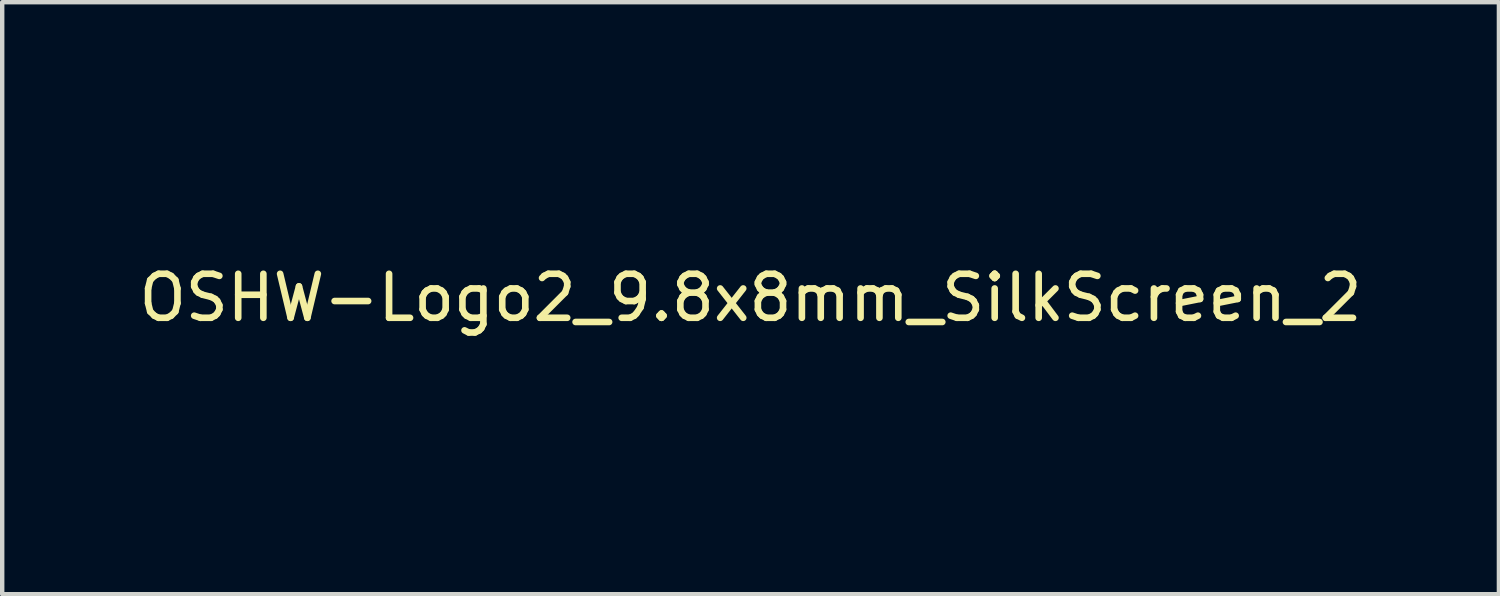
<source format=kicad_pcb>
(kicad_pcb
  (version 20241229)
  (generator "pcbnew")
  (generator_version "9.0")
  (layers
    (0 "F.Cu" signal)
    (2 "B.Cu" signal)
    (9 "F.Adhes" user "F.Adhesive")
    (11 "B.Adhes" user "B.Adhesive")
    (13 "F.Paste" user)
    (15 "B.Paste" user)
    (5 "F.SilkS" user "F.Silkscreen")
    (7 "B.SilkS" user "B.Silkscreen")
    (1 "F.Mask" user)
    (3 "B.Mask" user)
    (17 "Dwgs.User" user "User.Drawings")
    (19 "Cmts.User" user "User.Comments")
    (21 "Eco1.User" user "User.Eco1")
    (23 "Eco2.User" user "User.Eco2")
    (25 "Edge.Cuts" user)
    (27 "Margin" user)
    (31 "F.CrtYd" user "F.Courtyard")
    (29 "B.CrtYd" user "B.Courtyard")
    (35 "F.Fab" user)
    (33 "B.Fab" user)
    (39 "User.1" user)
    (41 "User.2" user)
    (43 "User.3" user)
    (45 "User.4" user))
  (footprint "OSHW-Logo2_9.8x8mm_SilkScreen_2"
    (layer "F.Cu")
    (at 14.006 3.717)
    (property "Reference" "OSHW-Logo2_9.8x8mm_SilkScreen_2" (at 0 0 0) (layer "F.SilkS") (effects (font (size 1 1) (thickness 0.15))))
    (attr exclude_from_pos_files exclude_from_bom)
    (fp_poly (pts (xy 3.571 2.637) (xy 3.594 2.647) (xy 3.65 2.691) (xy 3.698 2.755) (xy 3.727 2.823) (xy 3.732 2.857) (xy 3.716 2.904) (xy 3.68 2.928) (xy 3.643 2.943) (xy 3.625 2.946) (xy 3.617 2.926) (xy 3.6 2.882) (xy 3.593 2.863) (xy 3.552 2.794) (xy 3.493 2.76) (xy 3.417 2.761) (xy 3.411 2.763) (xy 3.37 2.782) (xy 3.34 2.819) (xy 3.32 2.88) (xy 3.308 2.968) (xy 3.303 3.088) (xy 3.302 3.152) (xy 3.302 3.252) (xy 3.3 3.321) (xy 3.296 3.365) (xy 3.287 3.39) (xy 3.274 3.405) (xy 3.253 3.416) (xy 3.252 3.416) (xy 3.213 3.433) (xy 3.194 3.439) (xy 3.191 3.42) (xy 3.188 3.369) (xy 3.186 3.292) (xy 3.185 3.196) (xy 3.185 3.125) (xy 3.186 2.989) (xy 3.19 2.885) (xy 3.2 2.808) (xy 3.216 2.752) (xy 3.24 2.711) (xy 3.274 2.679) (xy 3.308 2.656) (xy 3.388 2.626) (xy 3.482 2.62) (xy 3.571 2.637)) (stroke (width 0.01) (type solid)) (fill yes) (layer "F.Mask"))
    (fp_poly (pts (xy -1.728 2.595) (xy -1.666 2.631) (xy -1.622 2.667) (xy -1.59 2.705) (xy -1.568 2.751) (xy -1.554 2.812) (xy -1.547 2.895) (xy -1.544 3.007) (xy -1.544 3.087) (xy -1.544 3.382) (xy -1.71 3.457) (xy -1.719 3.133) (xy -1.723 3.013) (xy -1.728 2.925) (xy -1.733 2.865) (xy -1.74 2.825) (xy -1.75 2.801) (xy -1.763 2.786) (xy -1.767 2.783) (xy -1.831 2.757) (xy -1.896 2.767) (xy -1.934 2.794) (xy -1.95 2.813) (xy -1.961 2.838) (xy -1.968 2.876) (xy -1.972 2.934) (xy -1.973 3.018) (xy -1.973 3.106) (xy -1.973 3.216) (xy -1.975 3.294) (xy -1.982 3.347) (xy -1.995 3.381) (xy -2.018 3.404) (xy -2.053 3.421) (xy -2.1 3.439) (xy -2.152 3.458) (xy -2.146 3.111) (xy -2.143 2.986) (xy -2.14 2.894) (xy -2.136 2.828) (xy -2.13 2.781) (xy -2.121 2.748) (xy -2.108 2.722) (xy -2.092 2.699) (xy -2.018 2.625) (xy -1.926 2.582) (xy -1.827 2.571) (xy -1.728 2.595)) (stroke (width 0.01) (type solid)) (fill yes) (layer "F.Mask"))
    (fp_poly (pts (xy 0.713 2.625) (xy 0.802 2.657) (xy 0.874 2.715) (xy 0.902 2.756) (xy 0.933 2.831) (xy 0.932 2.885) (xy 0.9 2.921) (xy 0.888 2.928) (xy 0.837 2.947) (xy 0.81 2.942) (xy 0.802 2.91) (xy 0.801 2.892) (xy 0.785 2.826) (xy 0.742 2.78) (xy 0.683 2.758) (xy 0.617 2.763) (xy 0.564 2.792) (xy 0.546 2.809) (xy 0.533 2.829) (xy 0.524 2.859) (xy 0.519 2.907) (xy 0.515 2.978) (xy 0.512 3.08) (xy 0.511 3.112) (xy 0.509 3.222) (xy 0.506 3.3) (xy 0.501 3.351) (xy 0.494 3.383) (xy 0.483 3.401) (xy 0.467 3.412) (xy 0.457 3.417) (xy 0.413 3.433) (xy 0.388 3.439) (xy 0.379 3.421) (xy 0.374 3.365) (xy 0.372 3.272) (xy 0.374 3.141) (xy 0.374 3.121) (xy 0.377 3.002) (xy 0.381 2.914) (xy 0.386 2.853) (xy 0.393 2.809) (xy 0.404 2.778) (xy 0.419 2.751) (xy 0.427 2.74) (xy 0.472 2.69) (xy 0.522 2.651) (xy 0.528 2.647) (xy 0.618 2.62) (xy 0.713 2.625)) (stroke (width 0.01) (type solid)) (fill yes) (layer "F.Mask"))
    (fp_poly (pts (xy -0.84 2.492) (xy -0.834 2.572) (xy -0.828 2.619) (xy -0.819 2.64) (xy -0.805 2.64) (xy -0.801 2.637) (xy -0.744 2.62) (xy -0.669 2.621) (xy -0.593 2.639) (xy -0.545 2.663) (xy -0.496 2.7) (xy -0.461 2.743) (xy -0.436 2.797) (xy -0.421 2.869) (xy -0.413 2.966) (xy -0.41 3.095) (xy -0.41 3.119) (xy -0.41 3.396) (xy -0.472 3.417) (xy -0.516 3.432) (xy -0.54 3.439) (xy -0.54 3.439) (xy -0.543 3.42) (xy -0.545 3.37) (xy -0.546 3.293) (xy -0.547 3.197) (xy -0.547 3.139) (xy -0.547 3.025) (xy -0.549 2.943) (xy -0.552 2.886) (xy -0.558 2.849) (xy -0.568 2.825) (xy -0.583 2.806) (xy -0.592 2.797) (xy -0.655 2.761) (xy -0.724 2.759) (xy -0.786 2.789) (xy -0.798 2.8) (xy -0.815 2.821) (xy -0.826 2.845) (xy -0.834 2.881) (xy -0.838 2.934) (xy -0.84 3.012) (xy -0.84 3.121) (xy -0.84 3.396) (xy -0.902 3.417) (xy -0.945 3.432) (xy -0.969 3.439) (xy -0.97 3.439) (xy -0.972 3.42) (xy -0.974 3.367) (xy -0.975 3.286) (xy -0.976 3.18) (xy -0.977 3.055) (xy -0.977 2.916) (xy -0.977 2.382) (xy -0.85 2.328) (xy -0.84 2.492)) (stroke (width 0.01) (type solid)) (fill yes) (layer "F.Mask"))
    (fp_poly (pts (xy 2.396 2.637) (xy 2.399 2.688) (xy 2.401 2.766) (xy 2.403 2.865) (xy 2.403 2.968) (xy 2.403 3.319) (xy 2.341 3.38) (xy 2.299 3.418) (xy 2.261 3.434) (xy 2.21 3.433) (xy 2.19 3.43) (xy 2.127 3.423) (xy 2.074 3.419) (xy 2.061 3.419) (xy 2.018 3.421) (xy 1.957 3.427) (xy 1.933 3.43) (xy 1.874 3.435) (xy 1.834 3.425) (xy 1.795 3.394) (xy 1.781 3.38) (xy 1.719 3.319) (xy 1.719 2.664) (xy 1.769 2.641) (xy 1.812 2.624) (xy 1.837 2.618) (xy 1.844 2.637) (xy 1.85 2.689) (xy 1.855 2.768) (xy 1.859 2.87) (xy 1.861 2.955) (xy 1.866 3.292) (xy 1.913 3.299) (xy 1.955 3.294) (xy 1.976 3.279) (xy 1.982 3.251) (xy 1.987 3.192) (xy 1.99 3.108) (xy 1.992 3.009) (xy 1.993 2.957) (xy 1.993 2.661) (xy 2.054 2.64) (xy 2.098 2.625) (xy 2.122 2.618) (xy 2.122 2.618) (xy 2.125 2.637) (xy 2.127 2.688) (xy 2.13 2.766) (xy 2.132 2.864) (xy 2.134 2.955) (xy 2.139 3.292) (xy 2.257 3.292) (xy 2.262 2.985) (xy 2.267 2.677) (xy 2.325 2.648) (xy 2.367 2.627) (xy 2.392 2.618) (xy 2.392 2.618) (xy 2.396 2.637)) (stroke (width 0.01) (type solid)) (fill yes) (layer "F.Mask"))
    (fp_poly (pts (xy -3.983 2.587) (xy -3.892 2.635) (xy -3.824 2.713) (xy -3.8 2.763) (xy -3.781 2.838) (xy -3.772 2.932) (xy -3.771 3.035) (xy -3.778 3.136) (xy -3.793 3.223) (xy -3.815 3.286) (xy -3.822 3.297) (xy -3.903 3.377) (xy -4 3.425) (xy -4.104 3.439) (xy -4.21 3.418) (xy -4.239 3.405) (xy -4.297 3.364) (xy -4.347 3.311) (xy -4.352 3.304) (xy -4.371 3.271) (xy -4.384 3.236) (xy -4.391 3.19) (xy -4.395 3.125) (xy -4.396 3.03) (xy -4.396 3.009) (xy -4.396 3.002) (xy -4.201 3.002) (xy -4.2 3.091) (xy -4.195 3.151) (xy -4.186 3.189) (xy -4.17 3.215) (xy -4.162 3.224) (xy -4.115 3.257) (xy -4.07 3.256) (xy -4.024 3.227) (xy -3.996 3.196) (xy -3.98 3.151) (xy -3.971 3.079) (xy -3.97 3.071) (xy -3.969 2.942) (xy -3.985 2.846) (xy -4.019 2.784) (xy -4.07 2.756) (xy -4.088 2.755) (xy -4.136 2.763) (xy -4.169 2.789) (xy -4.189 2.839) (xy -4.199 2.919) (xy -4.201 3.002) (xy -4.396 3.002) (xy -4.395 2.908) (xy -4.392 2.838) (xy -4.386 2.789) (xy -4.374 2.753) (xy -4.356 2.722) (xy -4.352 2.716) (xy -4.286 2.636) (xy -4.213 2.59) (xy -4.125 2.572) (xy -4.095 2.571) (xy -3.983 2.587)) (stroke (width 0.01) (type solid)) (fill yes) (layer "F.Mask"))
    (fp_poly (pts (xy 4.245 2.648) (xy 4.323 2.698) (xy 4.36 2.744) (xy 4.389 2.826) (xy 4.392 2.891) (xy 4.386 2.977) (xy 4.186 3.065) (xy 4.089 3.11) (xy 4.025 3.146) (xy 3.992 3.177) (xy 3.986 3.207) (xy 4.005 3.241) (xy 4.025 3.263) (xy 4.084 3.298) (xy 4.148 3.301) (xy 4.207 3.273) (xy 4.25 3.218) (xy 4.258 3.199) (xy 4.295 3.138) (xy 4.338 3.113) (xy 4.396 3.09) (xy 4.396 3.174) (xy 4.391 3.231) (xy 4.371 3.279) (xy 4.328 3.334) (xy 4.322 3.342) (xy 4.275 3.391) (xy 4.234 3.417) (xy 4.183 3.429) (xy 4.141 3.433) (xy 4.066 3.434) (xy 4.012 3.421) (xy 3.979 3.403) (xy 3.926 3.362) (xy 3.89 3.318) (xy 3.867 3.262) (xy 3.854 3.187) (xy 3.85 3.084) (xy 3.849 3.032) (xy 3.851 2.97) (xy 3.968 2.97) (xy 3.97 3.003) (xy 3.973 3.009) (xy 3.996 3.001) (xy 4.044 2.982) (xy 4.109 2.954) (xy 4.122 2.948) (xy 4.204 2.906) (xy 4.249 2.87) (xy 4.259 2.835) (xy 4.236 2.801) (xy 4.216 2.785) (xy 4.145 2.755) (xy 4.079 2.76) (xy 4.024 2.797) (xy 3.986 2.863) (xy 3.973 2.916) (xy 3.968 2.97) (xy 3.851 2.97) (xy 3.852 2.911) (xy 3.861 2.821) (xy 3.879 2.755) (xy 3.909 2.707) (xy 3.953 2.669) (xy 3.972 2.656) (xy 4.059 2.624) (xy 4.154 2.622) (xy 4.245 2.648)) (stroke (width 0.01) (type solid)) (fill yes) (layer "F.Mask"))
    (fp_poly (pts (xy 1.602 2.78) (xy 1.602 2.926) (xy 1.601 3.039) (xy 1.599 3.123) (xy 1.595 3.184) (xy 1.59 3.227) (xy 1.582 3.259) (xy 1.571 3.283) (xy 1.563 3.297) (xy 1.497 3.373) (xy 1.412 3.421) (xy 1.319 3.438) (xy 1.226 3.423) (xy 1.17 3.394) (xy 1.112 3.346) (xy 1.072 3.286) (xy 1.048 3.209) (xy 1.037 3.105) (xy 1.036 3.028) (xy 1.036 3.023) (xy 1.172 3.023) (xy 1.173 3.11) (xy 1.177 3.168) (xy 1.186 3.206) (xy 1.201 3.233) (xy 1.22 3.254) (xy 1.283 3.294) (xy 1.351 3.297) (xy 1.415 3.264) (xy 1.42 3.26) (xy 1.441 3.236) (xy 1.455 3.208) (xy 1.462 3.167) (xy 1.465 3.102) (xy 1.465 3.031) (xy 1.464 2.942) (xy 1.46 2.882) (xy 1.451 2.843) (xy 1.436 2.815) (xy 1.423 2.8) (xy 1.364 2.763) (xy 1.295 2.758) (xy 1.23 2.787) (xy 1.218 2.797) (xy 1.196 2.821) (xy 1.183 2.849) (xy 1.176 2.891) (xy 1.173 2.956) (xy 1.172 3.023) (xy 1.036 3.023) (xy 1.04 2.906) (xy 1.056 2.814) (xy 1.087 2.744) (xy 1.134 2.69) (xy 1.17 2.663) (xy 1.237 2.633) (xy 1.314 2.619) (xy 1.386 2.622) (xy 1.426 2.637) (xy 1.442 2.642) (xy 1.453 2.626) (xy 1.46 2.583) (xy 1.465 2.518) (xy 1.471 2.446) (xy 1.48 2.402) (xy 1.495 2.377) (xy 1.522 2.361) (xy 1.539 2.354) (xy 1.602 2.327) (xy 1.602 2.78)) (stroke (width 0.01) (type solid)) (fill yes) (layer "F.Mask"))
    (fp_poly (pts (xy -2.466 2.6) (xy -2.389 2.652) (xy -2.329 2.726) (xy -2.294 2.822) (xy -2.286 2.892) (xy -2.287 2.921) (xy -2.294 2.943) (xy -2.313 2.963) (xy -2.35 2.986) (xy -2.41 3.015) (xy -2.5 3.055) (xy -2.501 3.055) (xy -2.584 3.093) (xy -2.652 3.127) (xy -2.698 3.153) (xy -2.716 3.167) (xy -2.716 3.167) (xy -2.701 3.199) (xy -2.665 3.233) (xy -2.624 3.258) (xy -2.603 3.263) (xy -2.546 3.246) (xy -2.497 3.203) (xy -2.474 3.156) (xy -2.451 3.122) (xy -2.406 3.082) (xy -2.353 3.048) (xy -2.306 3.029) (xy -2.297 3.028) (xy -2.286 3.045) (xy -2.285 3.088) (xy -2.293 3.146) (xy -2.308 3.207) (xy -2.329 3.261) (xy -2.33 3.264) (xy -2.392 3.351) (xy -2.473 3.41) (xy -2.565 3.439) (xy -2.66 3.436) (xy -2.752 3.397) (xy -2.756 3.395) (xy -2.828 3.33) (xy -2.875 3.245) (xy -2.901 3.133) (xy -2.905 3.102) (xy -2.911 2.954) (xy -2.903 2.884) (xy -2.716 2.884) (xy -2.713 2.928) (xy -2.7 2.94) (xy -2.667 2.931) (xy -2.615 2.908) (xy -2.556 2.881) (xy -2.555 2.88) (xy -2.505 2.854) (xy -2.485 2.836) (xy -2.49 2.818) (xy -2.511 2.794) (xy -2.563 2.759) (xy -2.62 2.757) (xy -2.671 2.782) (xy -2.706 2.831) (xy -2.716 2.884) (xy -2.903 2.884) (xy -2.898 2.835) (xy -2.865 2.741) (xy -2.82 2.675) (xy -2.737 2.609) (xy -2.646 2.576) (xy -2.554 2.574) (xy -2.466 2.6)) (stroke (width 0.01) (type solid)) (fill yes) (layer "F.Mask"))
    (fp_poly (pts (xy 0.054 2.626) (xy 0.13 2.655) (xy 0.131 2.655) (xy 0.178 2.69) (xy 0.213 2.731) (xy 0.238 2.784) (xy 0.254 2.856) (xy 0.264 2.953) (xy 0.27 3.082) (xy 0.27 3.1) (xy 0.277 3.377) (xy 0.218 3.408) (xy 0.175 3.429) (xy 0.149 3.439) (xy 0.148 3.439) (xy 0.143 3.421) (xy 0.139 3.372) (xy 0.137 3.3) (xy 0.137 3.242) (xy 0.137 3.148) (xy 0.132 3.089) (xy 0.118 3.061) (xy 0.085 3.06) (xy 0.03 3.081) (xy -0.054 3.12) (xy -0.115 3.153) (xy -0.147 3.181) (xy -0.156 3.212) (xy -0.156 3.213) (xy -0.141 3.266) (xy -0.095 3.295) (xy -0.026 3.299) (xy 0.024 3.298) (xy 0.051 3.313) (xy 0.067 3.347) (xy 0.077 3.391) (xy 0.063 3.416) (xy 0.058 3.42) (xy 0.009 3.434) (xy -0.058 3.437) (xy -0.128 3.427) (xy -0.178 3.41) (xy -0.246 3.351) (xy -0.285 3.27) (xy -0.293 3.207) (xy -0.287 3.15) (xy -0.266 3.104) (xy -0.224 3.062) (xy -0.155 3.021) (xy -0.055 2.974) (xy -0.049 2.971) (xy 0.041 2.93) (xy 0.097 2.895) (xy 0.121 2.865) (xy 0.116 2.833) (xy 0.084 2.797) (xy 0.075 2.789) (xy 0.012 2.757) (xy -0.054 2.758) (xy -0.111 2.79) (xy -0.149 2.848) (xy -0.152 2.859) (xy -0.187 2.915) (xy -0.23 2.942) (xy -0.293 2.968) (xy -0.293 2.9) (xy -0.274 2.8) (xy -0.217 2.709) (xy -0.188 2.678) (xy -0.12 2.639) (xy -0.035 2.622) (xy 0.054 2.626)) (stroke (width 0.01) (type solid)) (fill yes) (layer "F.Mask"))
    (fp_poly (pts (xy -3.231 2.585) (xy -3.156 2.622) (xy -3.091 2.69) (xy -3.072 2.716) (xy -3.053 2.749) (xy -3.04 2.785) (xy -3.032 2.833) (xy -3.029 2.903) (xy -3.028 2.994) (xy -3.032 3.12) (xy -3.043 3.214) (xy -3.065 3.285) (xy -3.1 3.338) (xy -3.149 3.383) (xy -3.153 3.385) (xy -3.202 3.412) (xy -3.261 3.426) (xy -3.336 3.429) (xy -3.458 3.429) (xy -3.458 3.547) (xy -3.459 3.613) (xy -3.466 3.652) (xy -3.484 3.675) (xy -3.519 3.695) (xy -3.527 3.699) (xy -3.566 3.718) (xy -3.596 3.729) (xy -3.619 3.73) (xy -3.635 3.717) (xy -3.645 3.685) (xy -3.65 3.63) (xy -3.652 3.549) (xy -3.652 3.437) (xy -3.65 3.292) (xy -3.65 3.248) (xy -3.648 3.098) (xy -3.646 3) (xy -3.458 3) (xy -3.457 3.083) (xy -3.453 3.138) (xy -3.442 3.174) (xy -3.423 3.201) (xy -3.41 3.215) (xy -3.358 3.254) (xy -3.312 3.258) (xy -3.264 3.225) (xy -3.263 3.224) (xy -3.244 3.199) (xy -3.232 3.164) (xy -3.226 3.112) (xy -3.224 3.031) (xy -3.224 3.013) (xy -3.228 2.902) (xy -3.243 2.825) (xy -3.269 2.778) (xy -3.309 2.757) (xy -3.332 2.755) (xy -3.387 2.765) (xy -3.425 2.798) (xy -3.447 2.858) (xy -3.457 2.95) (xy -3.458 3) (xy -3.646 3) (xy -3.646 2.982) (xy -3.643 2.895) (xy -3.639 2.831) (xy -3.634 2.786) (xy -3.627 2.754) (xy -3.617 2.73) (xy -3.604 2.709) (xy -3.598 2.701) (xy -3.525 2.627) (xy -3.432 2.584) (xy -3.325 2.573) (xy -3.231 2.585)) (stroke (width 0.01) (type solid)) (fill yes) (layer "F.Mask"))
    (fp_poly (pts (xy 2.887 2.634) (xy 2.944 2.659) (xy 2.988 2.69) (xy 3.02 2.725) (xy 3.042 2.77) (xy 3.057 2.831) (xy 3.064 2.915) (xy 3.067 3.028) (xy 3.068 3.103) (xy 3.068 3.393) (xy 3.018 3.416) (xy 2.979 3.433) (xy 2.959 3.439) (xy 2.955 3.421) (xy 2.952 3.372) (xy 2.951 3.3) (xy 2.95 3.243) (xy 2.949 3.161) (xy 2.944 3.096) (xy 2.938 3.056) (xy 2.933 3.048) (xy 2.898 3.057) (xy 2.844 3.079) (xy 2.781 3.109) (xy 2.72 3.141) (xy 2.674 3.17) (xy 2.652 3.19) (xy 2.652 3.19) (xy 2.654 3.227) (xy 2.671 3.262) (xy 2.7 3.291) (xy 2.743 3.3) (xy 2.78 3.299) (xy 2.832 3.298) (xy 2.859 3.31) (xy 2.876 3.343) (xy 2.878 3.349) (xy 2.885 3.395) (xy 2.866 3.423) (xy 2.816 3.436) (xy 2.763 3.438) (xy 2.666 3.42) (xy 2.616 3.394) (xy 2.554 3.333) (xy 2.522 3.258) (xy 2.519 3.178) (xy 2.546 3.104) (xy 2.588 3.058) (xy 2.63 3.032) (xy 2.695 2.999) (xy 2.771 2.966) (xy 2.784 2.96) (xy 2.867 2.924) (xy 2.916 2.891) (xy 2.931 2.859) (xy 2.917 2.822) (xy 2.892 2.794) (xy 2.833 2.759) (xy 2.768 2.756) (xy 2.709 2.783) (xy 2.666 2.837) (xy 2.661 2.851) (xy 2.628 2.902) (xy 2.581 2.94) (xy 2.52 2.971) (xy 2.52 2.883) (xy 2.524 2.829) (xy 2.539 2.787) (xy 2.573 2.741) (xy 2.605 2.706) (xy 2.655 2.657) (xy 2.694 2.631) (xy 2.736 2.62) (xy 2.783 2.618) (xy 2.887 2.634)) (stroke (width 0.01) (type solid)) (fill yes) (layer "F.Mask"))
    (fp_poly (pts (xy 0.14 -3.712) (xy 0.246 -3.712) (xy 0.322 -3.71) (xy 0.374 -3.707) (xy 0.407 -3.702) (xy 0.426 -3.695) (xy 0.435 -3.684) (xy 0.439 -3.67) (xy 0.44 -3.668) (xy 0.446 -3.636) (xy 0.459 -3.572) (xy 0.476 -3.483) (xy 0.496 -3.376) (xy 0.518 -3.258) (xy 0.518 -3.254) (xy 0.54 -3.138) (xy 0.561 -3.036) (xy 0.579 -2.953) (xy 0.592 -2.897) (xy 0.601 -2.872) (xy 0.601 -2.871) (xy 0.626 -2.859) (xy 0.676 -2.839) (xy 0.742 -2.814) (xy 0.742 -2.814) (xy 0.825 -2.783) (xy 0.923 -2.744) (xy 1.015 -2.704) (xy 1.019 -2.702) (xy 1.169 -2.634) (xy 1.501 -2.86) (xy 1.603 -2.929) (xy 1.696 -2.991) (xy 1.773 -3.042) (xy 1.83 -3.079) (xy 1.861 -3.098) (xy 1.864 -3.099) (xy 1.887 -3.093) (xy 1.93 -3.063) (xy 1.994 -3.008) (xy 2.081 -2.927) (xy 2.171 -2.84) (xy 2.256 -2.755) (xy 2.333 -2.677) (xy 2.397 -2.611) (xy 2.442 -2.563) (xy 2.464 -2.536) (xy 2.464 -2.535) (xy 2.467 -2.517) (xy 2.458 -2.487) (xy 2.435 -2.441) (xy 2.395 -2.376) (xy 2.338 -2.288) (xy 2.261 -2.173) (xy 2.193 -2.073) (xy 2.132 -1.983) (xy 2.081 -1.908) (xy 2.045 -1.854) (xy 2.027 -1.827) (xy 2.026 -1.825) (xy 2.028 -1.798) (xy 2.045 -1.747) (xy 2.073 -1.68) (xy 2.083 -1.659) (xy 2.127 -1.564) (xy 2.173 -1.456) (xy 2.211 -1.363) (xy 2.238 -1.294) (xy 2.26 -1.241) (xy 2.272 -1.214) (xy 2.274 -1.211) (xy 2.297 -1.208) (xy 2.351 -1.198) (xy 2.429 -1.184) (xy 2.524 -1.166) (xy 2.628 -1.146) (xy 2.735 -1.126) (xy 2.837 -1.107) (xy 2.927 -1.089) (xy 2.998 -1.075) (xy 3.042 -1.066) (xy 3.053 -1.063) (xy 3.064 -1.057) (xy 3.073 -1.042) (xy 3.079 -1.015) (xy 3.083 -0.97) (xy 3.085 -0.902) (xy 3.087 -0.806) (xy 3.087 -0.678) (xy 3.087 -0.625) (xy 3.087 -0.198) (xy 2.985 -0.178) (xy 2.927 -0.167) (xy 2.842 -0.151) (xy 2.739 -0.132) (xy 2.629 -0.111) (xy 2.599 -0.106) (xy 2.497 -0.086) (xy 2.408 -0.067) (xy 2.34 -0.049) (xy 2.3 -0.036) (xy 2.293 -0.032) (xy 2.277 -0.004) (xy 2.253 0.051) (xy 2.227 0.122) (xy 2.222 0.137) (xy 2.188 0.231) (xy 2.146 0.337) (xy 2.104 0.432) (xy 2.104 0.433) (xy 2.035 0.583) (xy 2.49 1.252) (xy 2.197 1.544) (xy 2.109 1.631) (xy 2.029 1.708) (xy 1.96 1.77) (xy 1.909 1.814) (xy 1.879 1.835) (xy 1.874 1.837) (xy 1.849 1.826) (xy 1.797 1.797) (xy 1.725 1.752) (xy 1.637 1.695) (xy 1.543 1.631) (xy 1.447 1.567) (xy 1.361 1.51) (xy 1.291 1.466) (xy 1.242 1.437) (xy 1.221 1.426) (xy 1.194 1.435) (xy 1.144 1.458) (xy 1.08 1.491) (xy 1.074 1.494) (xy 0.988 1.537) (xy 0.929 1.558) (xy 0.893 1.559) (xy 0.874 1.539) (xy 0.874 1.539) (xy 0.864 1.515) (xy 0.841 1.46) (xy 0.807 1.378) (xy 0.763 1.272) (xy 0.712 1.147) (xy 0.654 1.007) (xy 0.598 0.872) (xy 0.536 0.722) (xy 0.48 0.584) (xy 0.43 0.461) (xy 0.389 0.357) (xy 0.358 0.277) (xy 0.338 0.225) (xy 0.332 0.206) (xy 0.347 0.183) (xy 0.386 0.148) (xy 0.439 0.109) (xy 0.588 -0.015) (xy 0.705 -0.156) (xy 0.787 -0.313) (xy 0.834 -0.482) (xy 0.845 -0.66) (xy 0.837 -0.742) (xy 0.796 -0.913) (xy 0.724 -1.064) (xy 0.627 -1.193) (xy 0.509 -1.299) (xy 0.374 -1.381) (xy 0.227 -1.437) (xy 0.072 -1.465) (xy -0.087 -1.465) (xy -0.244 -1.435) (xy -0.396 -1.372) (xy -0.538 -1.277) (xy -0.597 -1.222) (xy -0.711 -1.083) (xy -0.79 -0.932) (xy -0.835 -0.771) (xy -0.847 -0.607) (xy -0.825 -0.443) (xy -0.772 -0.284) (xy -0.686 -0.134) (xy -0.569 0.002) (xy -0.439 0.109) (xy -0.384 0.15) (xy -0.346 0.185) (xy -0.332 0.206) (xy -0.339 0.229) (xy -0.36 0.283) (xy -0.392 0.366) (xy -0.434 0.471) (xy -0.485 0.596) (xy -0.542 0.736) (xy -0.598 0.872) (xy -0.66 1.021) (xy -0.717 1.16) (xy -0.768 1.283) (xy -0.811 1.387) (xy -0.844 1.467) (xy -0.866 1.519) (xy -0.874 1.539) (xy -0.893 1.558) (xy -0.929 1.558) (xy -0.988 1.537) (xy -1.073 1.495) (xy -1.074 1.494) (xy -1.138 1.461) (xy -1.19 1.437) (xy -1.219 1.426) (xy -1.221 1.426) (xy -1.243 1.437) (xy -1.292 1.466) (xy -1.362 1.511) (xy -1.447 1.567) (xy -1.543 1.631) (xy -1.639 1.696) (xy -1.727 1.753) (xy -1.799 1.797) (xy -1.85 1.826) (xy -1.874 1.837) (xy -1.897 1.823) (xy -1.942 1.786) (xy -2.006 1.729) (xy -2.083 1.656) (xy -2.169 1.572) (xy -2.198 1.544) (xy -2.49 1.251) (xy -2.267 0.925) (xy -2.2 0.825) (xy -2.14 0.735) (xy -2.093 0.661) (xy -2.06 0.607) (xy -2.045 0.579) (xy -2.045 0.577) (xy -2.053 0.551) (xy -2.073 0.498) (xy -2.103 0.427) (xy -2.124 0.38) (xy -2.164 0.29) (xy -2.201 0.198) (xy -2.23 0.121) (xy -2.237 0.098) (xy -2.26 0.035) (xy -2.281 -0.014) (xy -2.293 -0.032) (xy -2.319 -0.043) (xy -2.377 -0.059) (xy -2.458 -0.078) (xy -2.555 -0.098) (xy -2.599 -0.106) (xy -2.709 -0.126) (xy -2.815 -0.146) (xy -2.906 -0.163) (xy -2.972 -0.175) (xy -2.985 -0.178) (xy -3.087 -0.198) (xy -3.087 -0.625) (xy -3.087 -0.766) (xy -3.086 -0.872) (xy -3.084 -0.949) (xy -3.08 -1.002) (xy -3.075 -1.035) (xy -3.067 -1.053) (xy -3.057 -1.062) (xy -3.053 -1.063) (xy -3.028 -1.069) (xy -2.972 -1.08) (xy -2.892 -1.096) (xy -2.796 -1.114) (xy -2.691 -1.134) (xy -2.585 -1.155) (xy -2.483 -1.174) (xy -2.395 -1.19) (xy -2.325 -1.203) (xy -2.283 -1.21) (xy -2.274 -1.211) (xy -2.265 -1.228) (xy -2.246 -1.273) (xy -2.221 -1.338) (xy -2.211 -1.363) (xy -2.171 -1.46) (xy -2.125 -1.568) (xy -2.083 -1.659) (xy -2.052 -1.728) (xy -2.032 -1.785) (xy -2.025 -1.82) (xy -2.026 -1.825) (xy -2.041 -1.847) (xy -2.074 -1.896) (xy -2.121 -1.967) (xy -2.181 -2.055) (xy -2.248 -2.154) (xy -2.261 -2.173) (xy -2.339 -2.289) (xy -2.396 -2.377) (xy -2.435 -2.442) (xy -2.458 -2.487) (xy -2.467 -2.516) (xy -2.465 -2.535) (xy -2.464 -2.535) (xy -2.445 -2.559) (xy -2.402 -2.605) (xy -2.341 -2.669) (xy -2.265 -2.746) (xy -2.18 -2.831) (xy -2.171 -2.84) (xy -2.063 -2.944) (xy -1.98 -3.02) (xy -1.92 -3.07) (xy -1.882 -3.096) (xy -1.864 -3.099) (xy -1.84 -3.085) (xy -1.788 -3.052) (xy -1.714 -3.004) (xy -1.625 -2.944) (xy -1.525 -2.876) (xy -1.501 -2.86) (xy -1.169 -2.634) (xy -1.019 -2.702) (xy -0.928 -2.741) (xy -0.83 -2.781) (xy -0.746 -2.813) (xy -0.742 -2.814) (xy -0.677 -2.838) (xy -0.626 -2.859) (xy -0.601 -2.871) (xy -0.601 -2.871) (xy -0.593 -2.893) (xy -0.58 -2.948) (xy -0.562 -3.029) (xy -0.542 -3.129) (xy -0.52 -3.244) (xy -0.518 -3.254) (xy -0.496 -3.372) (xy -0.476 -3.479) (xy -0.459 -3.569) (xy -0.447 -3.634) (xy -0.44 -3.668) (xy -0.44 -3.668) (xy -0.435 -3.683) (xy -0.427 -3.693) (xy -0.41 -3.701) (xy -0.379 -3.707) (xy -0.329 -3.71) (xy -0.256 -3.712) (xy -0.153 -3.712) (xy -0.018 -3.712) (xy 0 -3.712) (xy 0.14 -3.712)) (stroke (width 0.01) (type solid)) (fill yes) (layer "F.Mask")))
  (gr_rect
    (start -3 -3)
    (end 31.012 10.453)
    (stroke (width 0.1) (type default))
    (fill no)
    (layer "Edge.Cuts")))
</source>
